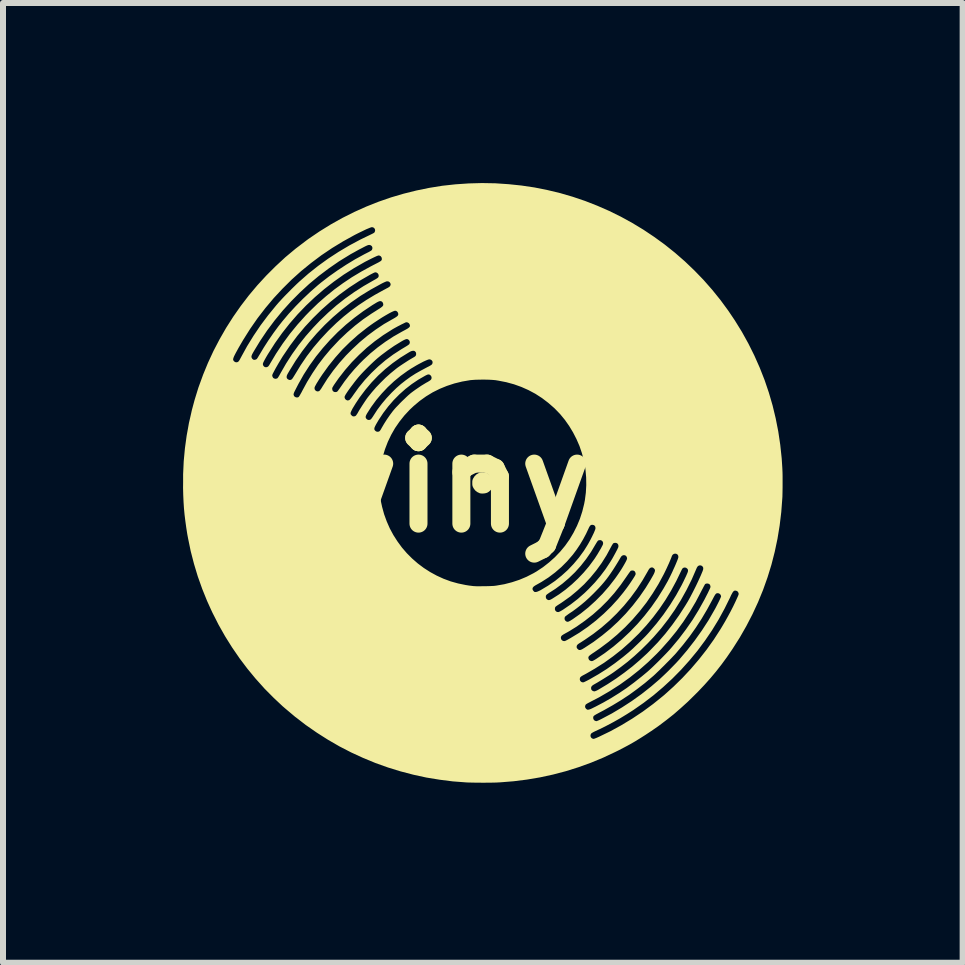
<source format=kicad_pcb>
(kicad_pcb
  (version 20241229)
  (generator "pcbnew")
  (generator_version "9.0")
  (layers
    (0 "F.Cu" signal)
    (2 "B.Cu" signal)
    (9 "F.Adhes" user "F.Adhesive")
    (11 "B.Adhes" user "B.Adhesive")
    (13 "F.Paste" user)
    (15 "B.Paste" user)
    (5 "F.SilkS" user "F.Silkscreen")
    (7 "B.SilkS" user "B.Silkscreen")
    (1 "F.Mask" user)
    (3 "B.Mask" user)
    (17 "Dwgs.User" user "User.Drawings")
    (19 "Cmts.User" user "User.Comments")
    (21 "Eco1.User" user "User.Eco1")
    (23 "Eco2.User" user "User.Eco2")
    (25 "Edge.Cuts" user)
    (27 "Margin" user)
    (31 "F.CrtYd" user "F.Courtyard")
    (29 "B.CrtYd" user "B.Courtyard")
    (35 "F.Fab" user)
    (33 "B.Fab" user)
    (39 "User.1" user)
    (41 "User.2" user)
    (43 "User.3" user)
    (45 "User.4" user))
  (footprint "vinyl"
    (layer "F.Cu")
    (at 4.994 4.996)
    (property "Reference" "vinyl" (at 0 0 0) (layer "F.SilkS") (effects (font (size 1.5 1.5) (thickness 0.3))))
    (attr board_only exclude_from_pos_files exclude_from_bom)
    (fp_poly (pts (xy 0.024 -0.174) (xy 0.042 -0.173) (xy 0.057 -0.169) (xy 0.073 -0.162) (xy 0.074 -0.162) (xy 0.106 -0.142) (xy 0.135 -0.114) (xy 0.157 -0.083) (xy 0.162 -0.074) (xy 0.168 -0.058) (xy 0.172 -0.044) (xy 0.174 -0.027) (xy 0.175 -0.006) (xy 0.175 0.003) (xy 0.175 0.025) (xy 0.174 0.042) (xy 0.171 0.055) (xy 0.165 0.068) (xy 0.158 0.082) (xy 0.134 0.117) (xy 0.102 0.146) (xy 0.074 0.163) (xy 0.052 0.17) (xy 0.026 0.175) (xy -0.003 0.177) (xy -0.03 0.176) (xy -0.051 0.172) (xy -0.053 0.171) (xy -0.093 0.152) (xy -0.126 0.126) (xy -0.151 0.093) (xy -0.162 0.073) (xy -0.169 0.057) (xy -0.173 0.042) (xy -0.175 0.024) (xy -0.175 0.00035) (xy -0.175 0) (xy -0.175 -0.023) (xy -0.173 -0.04) (xy -0.169 -0.055) (xy -0.163 -0.07) (xy -0.16 -0.075) (xy -0.137 -0.111) (xy -0.107 -0.141) (xy -0.075 -0.16) (xy -0.059 -0.168) (xy -0.045 -0.172) (xy -0.029 -0.174) (xy -0.008 -0.175) (xy 0 -0.175)) (stroke (width 0) (type solid)) (fill yes) (layer "F.SilkS"))
    (fp_poly (pts (xy 0.209 -4.992) (xy 0.432 -4.977) (xy 0.643 -4.955) (xy 0.86 -4.923) (xy 1.075 -4.88) (xy 1.288 -4.829) (xy 1.497 -4.768) (xy 1.704 -4.698) (xy 1.906 -4.619) (xy 2.105 -4.532) (xy 2.3 -4.436) (xy 2.491 -4.331) (xy 2.676 -4.219) (xy 2.857 -4.098) (xy 3.033 -3.97) (xy 3.203 -3.834) (xy 3.367 -3.691) (xy 3.525 -3.54) (xy 3.677 -3.383) (xy 3.822 -3.218) (xy 3.96 -3.047) (xy 4.09 -2.87) (xy 4.199 -2.708) (xy 4.317 -2.517) (xy 4.425 -2.322) (xy 4.524 -2.123) (xy 4.614 -1.92) (xy 4.695 -1.714) (xy 4.766 -1.505) (xy 4.828 -1.292) (xy 4.88 -1.076) (xy 4.923 -0.857) (xy 4.956 -0.635) (xy 4.98 -0.41) (xy 4.99 -0.258) (xy 4.992 -0.216) (xy 4.994 -0.166) (xy 4.995 -0.111) (xy 4.995 -0.052) (xy 4.995 0.01) (xy 4.995 0.07) (xy 4.994 0.129) (xy 4.993 0.183) (xy 4.992 0.231) (xy 4.99 0.26) (xy 4.973 0.486) (xy 4.946 0.71) (xy 4.91 0.93) (xy 4.864 1.148) (xy 4.809 1.363) (xy 4.744 1.574) (xy 4.67 1.782) (xy 4.586 1.987) (xy 4.493 2.188) (xy 4.391 2.385) (xy 4.28 2.579) (xy 4.159 2.769) (xy 4.152 2.779) (xy 4.065 2.906) (xy 3.977 3.026) (xy 3.887 3.141) (xy 3.794 3.252) (xy 3.695 3.363) (xy 3.59 3.474) (xy 3.532 3.532) (xy 3.415 3.647) (xy 3.298 3.753) (xy 3.182 3.854) (xy 3.062 3.949) (xy 2.939 4.042) (xy 2.809 4.133) (xy 2.804 4.136) (xy 2.712 4.197) (xy 2.624 4.253) (xy 2.538 4.306) (xy 2.451 4.356) (xy 2.36 4.405) (xy 2.264 4.455) (xy 2.209 4.482) (xy 2.007 4.577) (xy 1.802 4.662) (xy 1.594 4.737) (xy 1.384 4.803) (xy 1.171 4.859) (xy 0.954 4.906) (xy 0.735 4.943) (xy 0.512 4.971) (xy 0.287 4.989) (xy 0.263 4.99) (xy 0.231 4.992) (xy 0.19 4.993) (xy 0.143 4.994) (xy 0.092 4.994) (xy 0.037 4.995) (xy -0.019 4.995) (xy -0.075 4.994) (xy -0.128 4.994) (xy -0.178 4.993) (xy -0.222 4.992) (xy -0.259 4.991) (xy -0.275 4.99) (xy -0.499 4.973) (xy -0.72 4.945) (xy -0.94 4.909) (xy -1.156 4.862) (xy -1.37 4.806) (xy -1.581 4.741) (xy -1.788 4.667) (xy -1.992 4.583) (xy -2.192 4.491) (xy -2.388 4.39) (xy -2.58 4.279) (xy -2.681 4.215) (xy 1.794 4.215) (xy 1.799 4.234) (xy 1.811 4.25) (xy 1.829 4.261) (xy 1.847 4.265) (xy 1.855 4.263) (xy 1.871 4.257) (xy 1.892 4.249) (xy 1.917 4.238) (xy 1.937 4.229) (xy 2.125 4.138) (xy 2.309 4.037) (xy 2.489 3.928) (xy 2.666 3.81) (xy 2.837 3.684) (xy 3.002 3.551) (xy 3.027 3.53) (xy 3.178 3.394) (xy 3.325 3.25) (xy 3.466 3.099) (xy 3.601 2.941) (xy 3.729 2.778) (xy 3.849 2.61) (xy 3.96 2.438) (xy 3.993 2.383) (xy 4.039 2.305) (xy 4.084 2.224) (xy 4.129 2.141) (xy 4.171 2.059) (xy 4.209 1.98) (xy 4.24 1.912) (xy 4.251 1.887) (xy 4.258 1.87) (xy 4.262 1.858) (xy 4.263 1.848) (xy 4.262 1.84) (xy 4.26 1.833) (xy 4.25 1.813) (xy 4.232 1.8) (xy 4.211 1.794) (xy 4.206 1.794) (xy 4.195 1.795) (xy 4.185 1.8) (xy 4.174 1.809) (xy 4.163 1.824) (xy 4.151 1.845) (xy 4.136 1.873) (xy 4.12 1.909) (xy 4.028 2.095) (xy 3.928 2.278) (xy 3.819 2.456) (xy 3.702 2.628) (xy 3.577 2.796) (xy 3.444 2.957) (xy 3.304 3.113) (xy 3.157 3.262) (xy 3.003 3.404) (xy 2.844 3.539) (xy 2.678 3.666) (xy 2.506 3.786) (xy 2.404 3.851) (xy 2.291 3.92) (xy 2.176 3.985) (xy 2.061 4.046) (xy 1.948 4.102) (xy 1.877 4.135) (xy 1.848 4.149) (xy 1.825 4.162) (xy 1.81 4.172) (xy 1.806 4.176) (xy 1.796 4.195) (xy 1.794 4.215) (xy -2.681 4.215) (xy -2.767 4.16) (xy -2.95 4.033) (xy -3.109 3.91) (xy 1.839 3.91) (xy 1.842 3.932) (xy 1.852 3.95) (xy 1.868 3.963) (xy 1.889 3.969) (xy 1.892 3.97) (xy 1.901 3.967) (xy 1.916 3.962) (xy 1.936 3.953) (xy 1.961 3.941) (xy 1.979 3.932) (xy 2.149 3.842) (xy 2.317 3.742) (xy 2.483 3.634) (xy 2.645 3.518) (xy 2.802 3.394) (xy 2.947 3.27) (xy 2.979 3.24) (xy 3.016 3.205) (xy 3.057 3.166) (xy 3.1 3.124) (xy 3.142 3.081) (xy 3.183 3.039) (xy 3.221 3) (xy 3.253 2.965) (xy 3.27 2.947) (xy 3.404 2.789) (xy 3.531 2.626) (xy 3.65 2.459) (xy 3.761 2.288) (xy 3.856 2.123) (xy 3.878 2.084) (xy 3.898 2.045) (xy 3.917 2.008) (xy 3.934 1.974) (xy 3.948 1.945) (xy 3.959 1.92) (xy 3.967 1.902) (xy 3.97 1.892) (xy 3.97 1.891) (xy 3.965 1.87) (xy 3.953 1.853) (xy 3.935 1.841) (xy 3.915 1.837) (xy 3.904 1.838) (xy 3.895 1.84) (xy 3.886 1.846) (xy 3.877 1.855) (xy 3.867 1.87) (xy 3.855 1.89) (xy 3.84 1.918) (xy 3.825 1.947) (xy 3.737 2.109) (xy 3.646 2.263) (xy 3.55 2.411) (xy 3.448 2.555) (xy 3.338 2.696) (xy 3.224 2.832) (xy 3.202 2.857) (xy 3.173 2.887) (xy 3.14 2.922) (xy 3.103 2.96) (xy 3.063 3) (xy 3.023 3.041) (xy 2.982 3.081) (xy 2.943 3.12) (xy 2.906 3.155) (xy 2.873 3.187) (xy 2.845 3.213) (xy 2.832 3.224) (xy 2.702 3.334) (xy 2.571 3.435) (xy 2.439 3.531) (xy 2.302 3.621) (xy 2.16 3.707) (xy 2.011 3.791) (xy 1.948 3.824) (xy 1.913 3.843) (xy 1.885 3.858) (xy 1.866 3.87) (xy 1.853 3.879) (xy 1.846 3.886) (xy 1.844 3.888) (xy 1.839 3.91) (xy -3.109 3.91) (xy -3.127 3.897) (xy -3.299 3.752) (xy -3.322 3.732) (xy -3.334 3.722) (xy 1.704 3.722) (xy 1.706 3.741) (xy 1.718 3.76) (xy 1.721 3.763) (xy 1.73 3.771) (xy 1.739 3.777) (xy 1.749 3.779) (xy 1.762 3.778) (xy 1.778 3.774) (xy 1.8 3.766) (xy 1.827 3.753) (xy 1.861 3.736) (xy 1.87 3.732) (xy 2.007 3.66) (xy 2.14 3.584) (xy 2.268 3.504) (xy 2.395 3.419) (xy 2.52 3.326) (xy 2.647 3.226) (xy 2.742 3.147) (xy 2.769 3.123) (xy 2.802 3.093) (xy 2.839 3.058) (xy 2.879 3.019) (xy 2.921 2.978) (xy 2.963 2.936) (xy 3.005 2.893) (xy 3.044 2.853) (xy 3.081 2.814) (xy 3.113 2.78) (xy 3.139 2.75) (xy 3.141 2.748) (xy 3.268 2.596) (xy 3.385 2.441) (xy 3.495 2.282) (xy 3.596 2.118) (xy 3.691 1.948) (xy 3.733 1.866) (xy 3.752 1.829) (xy 3.766 1.799) (xy 3.777 1.776) (xy 3.785 1.759) (xy 3.79 1.746) (xy 3.793 1.736) (xy 3.793 1.729) (xy 3.793 1.722) (xy 3.793 1.722) (xy 3.786 1.699) (xy 3.772 1.684) (xy 3.752 1.677) (xy 3.74 1.676) (xy 3.719 1.678) (xy 3.706 1.685) (xy 3.7 1.692) (xy 3.692 1.707) (xy 3.68 1.728) (xy 3.667 1.754) (xy 3.651 1.783) (xy 3.64 1.805) (xy 3.548 1.981) (xy 3.448 2.15) (xy 3.342 2.312) (xy 3.227 2.47) (xy 3.103 2.622) (xy 2.971 2.771) (xy 2.899 2.846) (xy 2.755 2.986) (xy 2.605 3.118) (xy 2.448 3.243) (xy 2.285 3.36) (xy 2.115 3.469) (xy 1.94 3.571) (xy 1.805 3.641) (xy 1.773 3.658) (xy 1.75 3.67) (xy 1.733 3.68) (xy 1.721 3.688) (xy 1.714 3.695) (xy 1.711 3.699) (xy 1.704 3.722) (xy -3.334 3.722) (xy -3.483 3.582) (xy -3.638 3.426) (xy -3.65 3.412) (xy 1.804 3.412) (xy 1.806 3.434) (xy 1.808 3.442) (xy 1.819 3.457) (xy 1.836 3.468) (xy 1.855 3.473) (xy 1.864 3.473) (xy 1.875 3.469) (xy 1.893 3.462) (xy 1.913 3.452) (xy 1.926 3.445) (xy 2.079 3.353) (xy 2.223 3.259) (xy 2.359 3.161) (xy 2.49 3.06) (xy 2.615 2.953) (xy 2.737 2.841) (xy 2.784 2.794) (xy 2.916 2.657) (xy 3.041 2.513) (xy 3.158 2.363) (xy 3.27 2.206) (xy 3.376 2.041) (xy 3.413 1.98) (xy 3.433 1.945) (xy 3.455 1.905) (xy 3.478 1.861) (xy 3.502 1.815) (xy 3.526 1.767) (xy 3.55 1.719) (xy 3.573 1.671) (xy 3.595 1.624) (xy 3.615 1.58) (xy 3.633 1.54) (xy 3.648 1.504) (xy 3.661 1.473) (xy 3.669 1.45) (xy 3.673 1.434) (xy 3.673 1.433) (xy 3.672 1.411) (xy 3.663 1.394) (xy 3.648 1.381) (xy 3.63 1.374) (xy 3.61 1.374) (xy 3.591 1.382) (xy 3.586 1.385) (xy 3.576 1.397) (xy 3.566 1.413) (xy 3.56 1.427) (xy 3.481 1.609) (xy 3.394 1.784) (xy 3.3 1.953) (xy 3.199 2.115) (xy 3.09 2.271) (xy 2.973 2.422) (xy 2.848 2.566) (xy 2.749 2.671) (xy 2.638 2.781) (xy 2.527 2.883) (xy 2.416 2.978) (xy 2.301 3.067) (xy 2.183 3.153) (xy 2.139 3.183) (xy 2.107 3.204) (xy 2.07 3.227) (xy 2.03 3.252) (xy 1.99 3.277) (xy 1.95 3.301) (xy 1.914 3.323) (xy 1.881 3.342) (xy 1.855 3.357) (xy 1.854 3.357) (xy 1.828 3.374) (xy 1.811 3.392) (xy 1.804 3.412) (xy -3.65 3.412) (xy -3.773 3.275) (xy 1.616 3.275) (xy 1.622 3.295) (xy 1.635 3.311) (xy 1.653 3.321) (xy 1.674 3.323) (xy 1.685 3.32) (xy 1.702 3.312) (xy 1.725 3.301) (xy 1.752 3.287) (xy 1.777 3.274) (xy 1.925 3.189) (xy 2.066 3.1) (xy 2.202 3.004) (xy 2.336 2.901) (xy 2.434 2.82) (xy 2.465 2.792) (xy 2.501 2.76) (xy 2.54 2.722) (xy 2.582 2.682) (xy 2.624 2.641) (xy 2.665 2.6) (xy 2.704 2.561) (xy 2.738 2.525) (xy 2.766 2.494) (xy 2.893 2.345) (xy 3.011 2.192) (xy 3.12 2.034) (xy 3.221 1.871) (xy 3.313 1.704) (xy 3.347 1.636) (xy 3.368 1.591) (xy 3.386 1.554) (xy 3.399 1.524) (xy 3.409 1.501) (xy 3.416 1.482) (xy 3.419 1.467) (xy 3.419 1.455) (xy 3.417 1.445) (xy 3.413 1.437) (xy 3.407 1.429) (xy 3.389 1.415) (xy 3.368 1.409) (xy 3.345 1.413) (xy 3.342 1.415) (xy 3.332 1.421) (xy 3.324 1.43) (xy 3.316 1.444) (xy 3.306 1.464) (xy 3.224 1.634) (xy 3.137 1.795) (xy 3.044 1.949) (xy 2.944 2.097) (xy 2.838 2.238) (xy 2.725 2.374) (xy 2.604 2.506) (xy 2.589 2.521) (xy 2.455 2.651) (xy 2.316 2.775) (xy 2.17 2.89) (xy 2.021 2.997) (xy 1.866 3.095) (xy 1.728 3.175) (xy 1.695 3.193) (xy 1.67 3.206) (xy 1.651 3.217) (xy 1.638 3.226) (xy 1.63 3.233) (xy 1.624 3.24) (xy 1.62 3.247) (xy 1.618 3.254) (xy 1.616 3.275) (xy -3.773 3.275) (xy -3.785 3.262) (xy -3.924 3.093) (xy -4.056 2.918) (xy -4.063 2.907) (xy 1.759 2.907) (xy 1.759 2.918) (xy 1.761 2.926) (xy 1.769 2.946) (xy 1.784 2.96) (xy 1.804 2.968) (xy 1.813 2.969) (xy 1.824 2.968) (xy 1.837 2.963) (xy 1.854 2.954) (xy 1.877 2.94) (xy 1.883 2.937) (xy 2.032 2.836) (xy 2.176 2.727) (xy 2.314 2.61) (xy 2.447 2.485) (xy 2.574 2.353) (xy 2.694 2.214) (xy 2.807 2.069) (xy 2.913 1.917) (xy 3.011 1.76) (xy 3.08 1.639) (xy 3.098 1.604) (xy 3.118 1.565) (xy 3.138 1.524) (xy 3.158 1.482) (xy 3.177 1.439) (xy 3.196 1.398) (xy 3.213 1.359) (xy 3.228 1.323) (xy 3.241 1.291) (xy 3.251 1.265) (xy 3.257 1.245) (xy 3.259 1.233) (xy 3.259 1.233) (xy 3.255 1.21) (xy 3.243 1.192) (xy 3.224 1.181) (xy 3.203 1.178) (xy 3.183 1.183) (xy 3.165 1.195) (xy 3.152 1.214) (xy 3.149 1.222) (xy 3.142 1.242) (xy 3.131 1.269) (xy 3.117 1.302) (xy 3.101 1.34) (xy 3.083 1.379) (xy 3.064 1.421) (xy 3.045 1.461) (xy 3.026 1.5) (xy 3.014 1.524) (xy 2.927 1.685) (xy 2.831 1.841) (xy 2.728 1.992) (xy 2.616 2.136) (xy 2.497 2.274) (xy 2.371 2.405) (xy 2.237 2.53) (xy 2.096 2.648) (xy 1.949 2.758) (xy 1.856 2.822) (xy 1.824 2.843) (xy 1.799 2.861) (xy 1.781 2.875) (xy 1.769 2.886) (xy 1.762 2.897) (xy 1.759 2.907) (xy -4.063 2.907) (xy -4.18 2.737) (xy -4.181 2.735) (xy 1.563 2.735) (xy 1.567 2.75) (xy 1.579 2.766) (xy 1.58 2.767) (xy 1.593 2.778) (xy 1.606 2.784) (xy 1.62 2.784) (xy 1.637 2.78) (xy 1.658 2.77) (xy 1.686 2.753) (xy 1.693 2.749) (xy 1.844 2.65) (xy 1.988 2.542) (xy 2.127 2.428) (xy 2.258 2.306) (xy 2.383 2.177) (xy 2.5 2.041) (xy 2.61 1.899) (xy 2.712 1.751) (xy 2.791 1.622) (xy 2.815 1.58) (xy 2.835 1.545) (xy 2.85 1.517) (xy 2.86 1.494) (xy 2.866 1.476) (xy 2.869 1.462) (xy 2.868 1.45) (xy 2.864 1.44) (xy 2.857 1.43) (xy 2.852 1.425) (xy 2.837 1.413) (xy 2.822 1.408) (xy 2.819 1.408) (xy 2.803 1.41) (xy 2.79 1.416) (xy 2.777 1.427) (xy 2.764 1.445) (xy 2.75 1.47) (xy 2.749 1.472) (xy 2.661 1.624) (xy 2.566 1.77) (xy 2.463 1.911) (xy 2.352 2.046) (xy 2.234 2.174) (xy 2.109 2.296) (xy 1.978 2.41) (xy 1.841 2.516) (xy 1.727 2.595) (xy 1.699 2.614) (xy 1.671 2.632) (xy 1.645 2.649) (xy 1.623 2.663) (xy 1.611 2.67) (xy 1.589 2.685) (xy 1.575 2.698) (xy 1.567 2.711) (xy 1.564 2.726) (xy 1.563 2.735) (xy -4.181 2.735) (xy -4.277 2.582) (xy 1.301 2.582) (xy 1.305 2.603) (xy 1.317 2.62) (xy 1.335 2.632) (xy 1.356 2.636) (xy 1.37 2.633) (xy 1.379 2.63) (xy 1.395 2.622) (xy 1.416 2.611) (xy 1.44 2.597) (xy 1.46 2.586) (xy 1.609 2.496) (xy 1.751 2.398) (xy 1.887 2.292) (xy 2.016 2.179) (xy 2.138 2.06) (xy 2.253 1.934) (xy 2.343 1.824) (xy 2.37 1.788) (xy 2.398 1.751) (xy 2.426 1.712) (xy 2.452 1.675) (xy 2.476 1.639) (xy 2.498 1.606) (xy 2.517 1.576) (xy 2.532 1.552) (xy 2.542 1.533) (xy 2.546 1.522) (xy 2.546 1.505) (xy 2.539 1.486) (xy 2.528 1.47) (xy 2.523 1.467) (xy 2.507 1.46) (xy 2.487 1.459) (xy 2.469 1.463) (xy 2.465 1.465) (xy 2.459 1.471) (xy 2.449 1.484) (xy 2.435 1.503) (xy 2.419 1.526) (xy 2.401 1.552) (xy 2.395 1.561) (xy 2.296 1.702) (xy 2.191 1.836) (xy 2.079 1.962) (xy 1.96 2.081) (xy 1.834 2.193) (xy 1.701 2.297) (xy 1.562 2.395) (xy 1.478 2.447) (xy 1.451 2.464) (xy 1.422 2.481) (xy 1.393 2.497) (xy 1.373 2.508) (xy 1.345 2.524) (xy 1.325 2.537) (xy 1.312 2.548) (xy 1.305 2.56) (xy 1.301 2.573) (xy 1.301 2.582) (xy -4.277 2.582) (xy -4.296 2.551) (xy -4.404 2.36) (xy -4.458 2.253) (xy 1.362 2.253) (xy 1.364 2.275) (xy 1.374 2.294) (xy 1.39 2.307) (xy 1.401 2.312) (xy 1.412 2.314) (xy 1.425 2.312) (xy 1.441 2.305) (xy 1.461 2.294) (xy 1.488 2.277) (xy 1.499 2.27) (xy 1.632 2.176) (xy 1.759 2.074) (xy 1.88 1.964) (xy 1.995 1.848) (xy 2.103 1.724) (xy 2.203 1.595) (xy 2.232 1.554) (xy 2.259 1.515) (xy 2.286 1.475) (xy 2.311 1.436) (xy 2.334 1.398) (xy 2.355 1.362) (xy 2.373 1.33) (xy 2.388 1.302) (xy 2.398 1.28) (xy 2.403 1.265) (xy 2.404 1.26) (xy 2.4 1.237) (xy 2.389 1.219) (xy 2.378 1.21) (xy 2.355 1.203) (xy 2.334 1.206) (xy 2.314 1.218) (xy 2.301 1.234) (xy 2.255 1.312) (xy 2.212 1.382) (xy 2.172 1.445) (xy 2.133 1.503) (xy 2.096 1.556) (xy 2.058 1.607) (xy 2.019 1.655) (xy 1.978 1.703) (xy 1.934 1.751) (xy 1.886 1.801) (xy 1.844 1.844) (xy 1.773 1.913) (xy 1.705 1.975) (xy 1.637 2.032) (xy 1.568 2.086) (xy 1.495 2.14) (xy 1.437 2.178) (xy 1.415 2.194) (xy 1.395 2.209) (xy 1.379 2.221) (xy 1.37 2.23) (xy 1.368 2.232) (xy 1.362 2.253) (xy -4.458 2.253) (xy -4.503 2.165) (xy -4.531 2.105) (xy 1.201 2.105) (xy 1.207 2.124) (xy 1.22 2.14) (xy 1.238 2.15) (xy 1.259 2.152) (xy 1.272 2.148) (xy 1.293 2.138) (xy 1.321 2.122) (xy 1.343 2.108) (xy 1.464 2.025) (xy 1.583 1.933) (xy 1.697 1.833) (xy 1.766 1.766) (xy 1.867 1.66) (xy 1.959 1.551) (xy 2.045 1.437) (xy 2.124 1.317) (xy 2.146 1.281) (xy 2.161 1.256) (xy 2.177 1.227) (xy 2.194 1.196) (xy 2.211 1.165) (xy 2.226 1.136) (xy 2.24 1.11) (xy 2.25 1.088) (xy 2.257 1.073) (xy 2.259 1.067) (xy 2.26 1.045) (xy 2.254 1.024) (xy 2.24 1.008) (xy 2.238 1.006) (xy 2.222 1) (xy 2.203 0.998) (xy 2.184 1.002) (xy 2.175 1.006) (xy 2.168 1.013) (xy 2.159 1.028) (xy 2.147 1.047) (xy 2.136 1.069) (xy 2.135 1.07) (xy 2.062 1.205) (xy 1.981 1.334) (xy 1.891 1.458) (xy 1.794 1.576) (xy 1.69 1.688) (xy 1.578 1.792) (xy 1.461 1.89) (xy 1.336 1.979) (xy 1.301 2.003) (xy 1.271 2.022) (xy 1.248 2.037) (xy 1.232 2.048) (xy 1.22 2.057) (xy 1.213 2.063) (xy 1.208 2.068) (xy 1.206 2.074) (xy 1.204 2.08) (xy 1.203 2.083) (xy 1.201 2.105) (xy -4.531 2.105) (xy -4.594 1.966) (xy -4.625 1.889) (xy 1.05 1.889) (xy 1.051 1.912) (xy 1.06 1.932) (xy 1.074 1.944) (xy 1.088 1.95) (xy 1.1 1.953) (xy 1.115 1.95) (xy 1.133 1.943) (xy 1.156 1.93) (xy 1.161 1.927) (xy 1.272 1.856) (xy 1.38 1.777) (xy 1.485 1.689) (xy 1.585 1.595) (xy 1.68 1.495) (xy 1.769 1.39) (xy 1.849 1.282) (xy 1.868 1.255) (xy 1.889 1.222) (xy 1.911 1.188) (xy 1.931 1.154) (xy 1.951 1.12) (xy 1.969 1.09) (xy 1.983 1.062) (xy 1.995 1.04) (xy 2.002 1.023) (xy 2.004 1.016) (xy 2.004 0.995) (xy 1.999 0.98) (xy 1.989 0.968) (xy 1.976 0.958) (xy 1.962 0.953) (xy 1.953 0.953) (xy 1.936 0.955) (xy 1.923 0.959) (xy 1.92 0.961) (xy 1.914 0.968) (xy 1.904 0.982) (xy 1.892 1.001) (xy 1.879 1.023) (xy 1.878 1.024) (xy 1.804 1.149) (xy 1.722 1.268) (xy 1.633 1.381) (xy 1.537 1.488) (xy 1.434 1.587) (xy 1.325 1.68) (xy 1.211 1.764) (xy 1.138 1.811) (xy 1.109 1.829) (xy 1.088 1.844) (xy 1.072 1.855) (xy 1.062 1.864) (xy 1.056 1.872) (xy 1.052 1.88) (xy 1.05 1.889) (xy 1.05 1.889) (xy -4.625 1.889) (xy -4.676 1.763) (xy -4.676 1.762) (xy 0.828 1.762) (xy 0.831 1.781) (xy 0.844 1.8) (xy 0.846 1.802) (xy 0.857 1.813) (xy 0.867 1.818) (xy 0.879 1.818) (xy 0.887 1.817) (xy 0.903 1.814) (xy 0.925 1.805) (xy 0.953 1.792) (xy 0.968 1.784) (xy 1.088 1.712) (xy 1.204 1.633) (xy 1.313 1.545) (xy 1.417 1.451) (xy 1.513 1.35) (xy 1.602 1.244) (xy 1.684 1.132) (xy 1.738 1.046) (xy 1.758 1.012) (xy 1.778 0.976) (xy 1.798 0.939) (xy 1.817 0.901) (xy 1.834 0.866) (xy 1.85 0.833) (xy 1.862 0.804) (xy 1.871 0.781) (xy 1.877 0.764) (xy 1.877 0.76) (xy 1.876 0.735) (xy 1.867 0.716) (xy 1.85 0.703) (xy 1.827 0.698) (xy 1.822 0.698) (xy 1.806 0.7) (xy 1.793 0.708) (xy 1.781 0.723) (xy 1.768 0.746) (xy 1.761 0.762) (xy 1.72 0.849) (xy 1.672 0.939) (xy 1.619 1.028) (xy 1.562 1.113) (xy 1.504 1.191) (xy 1.496 1.201) (xy 1.405 1.306) (xy 1.308 1.403) (xy 1.205 1.492) (xy 1.095 1.575) (xy 0.978 1.65) (xy 0.875 1.708) (xy 0.85 1.725) (xy 0.834 1.743) (xy 0.828 1.762) (xy -4.676 1.762) (xy -4.749 1.557) (xy -4.812 1.348) (xy -4.867 1.135) (xy -4.911 0.921) (xy -4.923 0.858) (xy -4.941 0.743) (xy -4.956 0.634) (xy -4.969 0.528) (xy -4.979 0.423) (xy -4.986 0.315) (xy -4.991 0.202) (xy -4.994 0.083) (xy -4.994 0.075) (xy -4.993 -0.012) (xy -1.721 -0.012) (xy -1.721 0.033) (xy -1.72 0.076) (xy -1.719 0.117) (xy -1.718 0.152) (xy -1.716 0.18) (xy -1.715 0.193) (xy -1.705 0.257) (xy -1.696 0.315) (xy -1.684 0.37) (xy -1.678 0.398) (xy -1.644 0.522) (xy -1.6 0.643) (xy -1.549 0.759) (xy -1.489 0.87) (xy -1.421 0.976) (xy -1.347 1.077) (xy -1.265 1.172) (xy -1.177 1.26) (xy -1.083 1.342) (xy -0.983 1.417) (xy -0.877 1.485) (xy -0.767 1.545) (xy -0.653 1.597) (xy -0.534 1.641) (xy -0.412 1.675) (xy -0.286 1.701) (xy -0.223 1.711) (xy -0.196 1.714) (xy -0.174 1.717) (xy -0.155 1.719) (xy -0.137 1.72) (xy -0.118 1.721) (xy -0.098 1.722) (xy -0.073 1.722) (xy -0.043 1.722) (xy -0.006 1.721) (xy 0.025 1.721) (xy 0.088 1.72) (xy 0.141 1.718) (xy 0.184 1.716) (xy 0.218 1.712) (xy 0.225 1.711) (xy 0.358 1.688) (xy 0.486 1.655) (xy 0.61 1.614) (xy 0.729 1.564) (xy 0.844 1.505) (xy 0.894 1.476) (xy 1.003 1.404) (xy 1.105 1.324) (xy 1.201 1.238) (xy 1.29 1.145) (xy 1.372 1.046) (xy 1.446 0.941) (xy 1.511 0.831) (xy 1.569 0.716) (xy 1.618 0.598) (xy 1.658 0.475) (xy 1.689 0.349) (xy 1.701 0.286) (xy 1.717 0.162) (xy 1.724 0.036) (xy 1.722 -0.092) (xy 1.711 -0.219) (xy 1.706 -0.258) (xy 1.683 -0.378) (xy 1.651 -0.497) (xy 1.611 -0.615) (xy 1.561 -0.73) (xy 1.504 -0.841) (xy 1.439 -0.949) (xy 1.367 -1.051) (xy 1.289 -1.146) (xy 1.204 -1.234) (xy 1.192 -1.246) (xy 1.091 -1.334) (xy 0.986 -1.414) (xy 0.876 -1.485) (xy 0.762 -1.546) (xy 0.643 -1.599) (xy 0.52 -1.643) (xy 0.392 -1.678) (xy 0.259 -1.704) (xy 0.21 -1.712) (xy 0.176 -1.715) (xy 0.134 -1.718) (xy 0.086 -1.72) (xy 0.035 -1.721) (xy -0.018 -1.721) (xy -0.07 -1.72) (xy -0.119 -1.719) (xy -0.163 -1.716) (xy -0.2 -1.713) (xy -0.21 -1.712) (xy -0.344 -1.689) (xy -0.474 -1.657) (xy -0.599 -1.616) (xy -0.719 -1.567) (xy -0.835 -1.509) (xy -0.945 -1.442) (xy -1.051 -1.366) (xy -1.151 -1.282) (xy -1.216 -1.221) (xy -1.307 -1.123) (xy -1.388 -1.021) (xy -1.462 -0.914) (xy -1.526 -0.802) (xy -1.582 -0.685) (xy -1.629 -0.563) (xy -1.667 -0.437) (xy -1.697 -0.307) (xy -1.714 -0.193) (xy -1.717 -0.169) (xy -1.718 -0.137) (xy -1.72 -0.099) (xy -1.72 -0.057) (xy -1.721 -0.012) (xy -4.993 -0.012) (xy -4.993 -0.145) (xy -4.983 -0.362) (xy -4.963 -0.576) (xy -4.934 -0.788) (xy -4.912 -0.908) (xy -1.807 -0.908) (xy -1.807 -0.895) (xy -1.803 -0.883) (xy -1.796 -0.873) (xy -1.778 -0.858) (xy -1.757 -0.852) (xy -1.736 -0.854) (xy -1.72 -0.862) (xy -1.713 -0.87) (xy -1.703 -0.884) (xy -1.692 -0.903) (xy -1.685 -0.916) (xy -1.644 -0.986) (xy -1.597 -1.06) (xy -1.547 -1.132) (xy -1.496 -1.2) (xy -1.489 -1.208) (xy -1.47 -1.231) (xy -1.444 -1.26) (xy -1.413 -1.292) (xy -1.38 -1.327) (xy -1.345 -1.362) (xy -1.309 -1.396) (xy -1.275 -1.429) (xy -1.244 -1.458) (xy -1.216 -1.482) (xy -1.201 -1.495) (xy -1.164 -1.523) (xy -1.121 -1.554) (xy -1.074 -1.586) (xy -1.027 -1.618) (xy -0.981 -1.646) (xy -0.94 -1.671) (xy -0.926 -1.678) (xy -0.899 -1.694) (xy -0.879 -1.707) (xy -0.865 -1.719) (xy -0.858 -1.73) (xy -0.854 -1.742) (xy -0.853 -1.755) (xy -0.858 -1.775) (xy -0.87 -1.792) (xy -0.887 -1.804) (xy -0.896 -1.807) (xy -0.906 -1.807) (xy -0.916 -1.806) (xy -0.93 -1.801) (xy -0.948 -1.792) (xy -0.96 -1.786) (xy -1.073 -1.721) (xy -1.183 -1.647) (xy -1.289 -1.565) (xy -1.39 -1.475) (xy -1.486 -1.378) (xy -1.575 -1.275) (xy -1.658 -1.166) (xy -1.734 -1.051) (xy -1.778 -0.976) (xy -1.793 -0.947) (xy -1.803 -0.925) (xy -1.807 -0.908) (xy -4.912 -0.908) (xy -4.896 -0.999) (xy -4.873 -1.098) (xy -1.952 -1.098) (xy -1.95 -1.086) (xy -1.944 -1.074) (xy -1.944 -1.074) (xy -1.929 -1.058) (xy -1.909 -1.049) (xy -1.889 -1.049) (xy -1.869 -1.057) (xy -1.865 -1.06) (xy -1.857 -1.069) (xy -1.845 -1.085) (xy -1.831 -1.105) (xy -1.819 -1.124) (xy -1.757 -1.22) (xy -1.685 -1.316) (xy -1.606 -1.41) (xy -1.52 -1.502) (xy -1.516 -1.506) (xy -1.439 -1.581) (xy -1.363 -1.648) (xy -1.285 -1.709) (xy -1.205 -1.767) (xy -1.121 -1.821) (xy -1.029 -1.873) (xy -0.958 -1.911) (xy -0.924 -1.929) (xy -0.898 -1.942) (xy -0.878 -1.953) (xy -0.864 -1.962) (xy -0.854 -1.969) (xy -0.848 -1.975) (xy -0.844 -1.981) (xy -0.841 -1.985) (xy -0.836 -2.006) (xy -0.839 -2.026) (xy -0.85 -2.042) (xy -0.867 -2.054) (xy -0.889 -2.059) (xy -0.891 -2.059) (xy -0.906 -2.056) (xy -0.928 -2.048) (xy -0.956 -2.036) (xy -0.989 -2.021) (xy -1.027 -2.001) (xy -1.067 -1.98) (xy -1.11 -1.956) (xy -1.153 -1.93) (xy -1.197 -1.904) (xy -1.239 -1.876) (xy -1.252 -1.868) (xy -1.367 -1.785) (xy -1.478 -1.694) (xy -1.583 -1.596) (xy -1.682 -1.491) (xy -1.775 -1.381) (xy -1.859 -1.266) (xy -1.913 -1.182) (xy -1.931 -1.153) (xy -1.943 -1.13) (xy -1.95 -1.112) (xy -1.952 -1.098) (xy -4.873 -1.098) (xy -4.861 -1.151) (xy -2.203 -1.151) (xy -2.2 -1.141) (xy -2.192 -1.131) (xy -2.187 -1.126) (xy -2.174 -1.114) (xy -2.162 -1.109) (xy -2.15 -1.108) (xy -2.13 -1.111) (xy -2.118 -1.118) (xy -2.11 -1.126) (xy -2.1 -1.141) (xy -2.087 -1.16) (xy -2.075 -1.182) (xy -2.057 -1.213) (xy -2.034 -1.249) (xy -2.009 -1.289) (xy -1.982 -1.33) (xy -1.956 -1.369) (xy -1.932 -1.404) (xy -1.913 -1.43) (xy -1.848 -1.511) (xy -1.777 -1.593) (xy -1.699 -1.674) (xy -1.619 -1.753) (xy -1.537 -1.826) (xy -1.455 -1.893) (xy -1.43 -1.913) (xy -1.401 -1.934) (xy -1.366 -1.958) (xy -1.327 -1.984) (xy -1.287 -2.01) (xy -1.247 -2.036) (xy -1.211 -2.058) (xy -1.182 -2.075) (xy -1.156 -2.09) (xy -1.136 -2.102) (xy -1.124 -2.112) (xy -1.116 -2.122) (xy -1.112 -2.132) (xy -1.111 -2.144) (xy -1.111 -2.149) (xy -1.112 -2.166) (xy -1.117 -2.178) (xy -1.125 -2.187) (xy -1.136 -2.197) (xy -1.149 -2.201) (xy -1.162 -2.201) (xy -1.174 -2.2) (xy -1.186 -2.197) (xy -1.2 -2.192) (xy -1.219 -2.182) (xy -1.241 -2.169) (xy -1.375 -2.086) (xy -1.504 -1.994) (xy -1.627 -1.895) (xy -1.744 -1.788) (xy -1.853 -1.674) (xy -1.955 -1.553) (xy -2.05 -1.427) (xy -2.086 -1.373) (xy -2.121 -1.32) (xy -2.149 -1.274) (xy -2.172 -1.236) (xy -2.188 -1.204) (xy -2.199 -1.18) (xy -2.203 -1.165) (xy -2.203 -1.151) (xy -4.861 -1.151) (xy -4.848 -1.21) (xy -4.803 -1.378) (xy -4.773 -1.476) (xy -3.153 -1.476) (xy -3.152 -1.468) (xy -3.145 -1.448) (xy -3.13 -1.434) (xy -3.111 -1.425) (xy -3.089 -1.424) (xy -3.072 -1.429) (xy -3.066 -1.434) (xy -3.063 -1.438) (xy -2.302 -1.438) (xy -2.302 -1.418) (xy -2.293 -1.398) (xy -2.277 -1.383) (xy -2.277 -1.383) (xy -2.257 -1.374) (xy -2.237 -1.376) (xy -2.224 -1.381) (xy -2.215 -1.389) (xy -2.201 -1.405) (xy -2.183 -1.428) (xy -2.161 -1.459) (xy -2.158 -1.464) (xy -2.066 -1.592) (xy -1.965 -1.715) (xy -1.857 -1.831) (xy -1.742 -1.941) (xy -1.621 -2.044) (xy -1.493 -2.139) (xy -1.359 -2.226) (xy -1.292 -2.266) (xy -1.269 -2.28) (xy -1.249 -2.293) (xy -1.234 -2.304) (xy -1.225 -2.312) (xy -1.224 -2.313) (xy -1.216 -2.334) (xy -1.217 -2.355) (xy -1.227 -2.375) (xy -1.232 -2.38) (xy -1.243 -2.39) (xy -1.254 -2.395) (xy -1.267 -2.397) (xy -1.282 -2.394) (xy -1.302 -2.386) (xy -1.327 -2.374) (xy -1.358 -2.356) (xy -1.366 -2.351) (xy -1.477 -2.283) (xy -1.584 -2.209) (xy -1.691 -2.129) (xy -1.756 -2.076) (xy -1.788 -2.048) (xy -1.824 -2.015) (xy -1.864 -1.977) (xy -1.905 -1.937) (xy -1.947 -1.895) (xy -1.987 -1.854) (xy -2.024 -1.815) (xy -2.056 -1.779) (xy -2.076 -1.756) (xy -2.107 -1.718) (xy -2.137 -1.68) (xy -2.167 -1.64) (xy -2.196 -1.602) (xy -2.223 -1.565) (xy -2.247 -1.531) (xy -2.267 -1.501) (xy -2.284 -1.475) (xy -2.295 -1.454) (xy -2.302 -1.44) (xy -2.302 -1.438) (xy -3.063 -1.438) (xy -3.059 -1.444) (xy -3.049 -1.459) (xy -3.036 -1.482) (xy -3.019 -1.512) (xy -3.01 -1.53) (xy -2.984 -1.578) (xy -2.804 -1.578) (xy -2.8 -1.557) (xy -2.788 -1.54) (xy -2.772 -1.529) (xy -2.752 -1.524) (xy -2.731 -1.528) (xy -2.724 -1.532) (xy -2.716 -1.54) (xy -2.704 -1.555) (xy -2.697 -1.565) (xy -2.509 -1.565) (xy -2.505 -1.543) (xy -2.493 -1.526) (xy -2.475 -1.516) (xy -2.459 -1.513) (xy -2.443 -1.515) (xy -2.431 -1.518) (xy -2.429 -1.519) (xy -2.422 -1.525) (xy -2.412 -1.537) (xy -2.399 -1.555) (xy -2.384 -1.575) (xy -2.383 -1.577) (xy -2.305 -1.689) (xy -2.225 -1.793) (xy -2.14 -1.893) (xy -2.05 -1.99) (xy -1.991 -2.049) (xy -1.873 -2.158) (xy -1.751 -2.258) (xy -1.624 -2.351) (xy -1.491 -2.438) (xy -1.351 -2.518) (xy -1.31 -2.54) (xy -1.275 -2.559) (xy -1.249 -2.574) (xy -1.231 -2.588) (xy -1.219 -2.6) (xy -1.214 -2.613) (xy -1.214 -2.626) (xy -1.219 -2.641) (xy -1.221 -2.647) (xy -1.233 -2.662) (xy -1.251 -2.673) (xy -1.27 -2.677) (xy -1.278 -2.677) (xy -1.288 -2.673) (xy -1.305 -2.665) (xy -1.327 -2.654) (xy -1.354 -2.641) (xy -1.384 -2.625) (xy -1.416 -2.609) (xy -1.447 -2.592) (xy -1.476 -2.576) (xy -1.502 -2.561) (xy -1.513 -2.554) (xy -1.66 -2.461) (xy -1.8 -2.36) (xy -1.934 -2.251) (xy -2.061 -2.134) (xy -2.182 -2.011) (xy -2.295 -1.881) (xy -2.401 -1.745) (xy -2.466 -1.652) (xy -2.483 -1.627) (xy -2.494 -1.608) (xy -2.502 -1.595) (xy -2.507 -1.584) (xy -2.509 -1.574) (xy -2.509 -1.565) (xy -2.697 -1.565) (xy -2.689 -1.576) (xy -2.676 -1.598) (xy -2.589 -1.736) (xy -2.494 -1.869) (xy -2.391 -1.998) (xy -2.279 -2.124) (xy -2.178 -2.226) (xy -2.051 -2.345) (xy -1.919 -2.455) (xy -1.784 -2.555) (xy -1.646 -2.647) (xy -1.517 -2.721) (xy -1.483 -2.74) (xy -1.456 -2.756) (xy -1.437 -2.769) (xy -1.423 -2.78) (xy -1.415 -2.79) (xy -1.41 -2.801) (xy -1.408 -2.812) (xy -1.408 -2.814) (xy -1.413 -2.835) (xy -1.424 -2.852) (xy -1.441 -2.865) (xy -1.46 -2.869) (xy -1.46 -2.869) (xy -1.474 -2.866) (xy -1.495 -2.858) (xy -1.523 -2.845) (xy -1.556 -2.828) (xy -1.593 -2.807) (xy -1.634 -2.783) (xy -1.679 -2.756) (xy -1.724 -2.727) (xy -1.771 -2.696) (xy -1.818 -2.665) (xy -1.865 -2.632) (xy -1.909 -2.6) (xy -1.937 -2.579) (xy -2.079 -2.467) (xy -2.213 -2.347) (xy -2.34 -2.222) (xy -2.458 -2.089) (xy -2.57 -1.95) (xy -2.675 -1.804) (xy -2.697 -1.771) (xy -2.727 -1.725) (xy -2.751 -1.686) (xy -2.771 -1.654) (xy -2.785 -1.628) (xy -2.796 -1.608) (xy -2.802 -1.592) (xy -2.804 -1.58) (xy -2.804 -1.578) (xy -2.984 -1.578) (xy -2.927 -1.683) (xy -2.838 -1.828) (xy -2.745 -1.967) (xy -2.644 -2.099) (xy -2.537 -2.227) (xy -2.421 -2.351) (xy -2.387 -2.387) (xy -2.259 -2.508) (xy -2.128 -2.621) (xy -1.994 -2.725) (xy -1.855 -2.82) (xy -1.784 -2.865) (xy -1.748 -2.888) (xy -1.719 -2.906) (xy -1.697 -2.921) (xy -1.68 -2.934) (xy -1.67 -2.944) (xy -1.663 -2.953) (xy -1.659 -2.962) (xy -1.658 -2.971) (xy -1.658 -2.971) (xy -1.662 -2.995) (xy -1.673 -3.014) (xy -1.684 -3.022) (xy -1.694 -3.027) (xy -1.704 -3.029) (xy -1.714 -3.029) (xy -1.727 -3.026) (xy -1.743 -3.019) (xy -1.763 -3.009) (xy -1.788 -2.994) (xy -1.821 -2.974) (xy -1.839 -2.963) (xy -1.992 -2.861) (xy -2.139 -2.752) (xy -2.281 -2.636) (xy -2.416 -2.513) (xy -2.544 -2.383) (xy -2.665 -2.247) (xy -2.779 -2.106) (xy -2.885 -1.959) (xy -2.983 -1.807) (xy -3.071 -1.651) (xy -3.115 -1.566) (xy -3.13 -1.536) (xy -3.141 -1.514) (xy -3.148 -1.497) (xy -3.151 -1.485) (xy -3.153 -1.476) (xy -4.773 -1.476) (xy -4.738 -1.589) (xy -4.664 -1.792) (xy -3.508 -1.792) (xy -3.508 -1.784) (xy -3.505 -1.774) (xy -3.495 -1.753) (xy -3.478 -1.74) (xy -3.456 -1.735) (xy -3.448 -1.735) (xy -3.433 -1.739) (xy -3.42 -1.745) (xy -3.419 -1.746) (xy -3.414 -1.754) (xy -3.408 -1.762) (xy -3.269 -1.762) (xy -3.263 -1.742) (xy -3.247 -1.726) (xy -3.243 -1.724) (xy -3.222 -1.715) (xy -3.203 -1.716) (xy -3.187 -1.723) (xy -3.177 -1.732) (xy -3.164 -1.75) (xy -3.147 -1.777) (xy -3.129 -1.806) (xy -3.034 -1.962) (xy -2.932 -2.112) (xy -2.822 -2.256) (xy -2.704 -2.395) (xy -2.577 -2.531) (xy -2.554 -2.554) (xy -2.438 -2.666) (xy -2.319 -2.771) (xy -2.197 -2.869) (xy -2.071 -2.961) (xy -1.938 -3.049) (xy -1.799 -3.133) (xy -1.651 -3.215) (xy -1.631 -3.225) (xy -1.602 -3.241) (xy -1.58 -3.252) (xy -1.565 -3.262) (xy -1.555 -3.269) (xy -1.548 -3.276) (xy -1.543 -3.283) (xy -1.542 -3.286) (xy -1.536 -3.3) (xy -1.536 -3.312) (xy -1.538 -3.322) (xy -1.55 -3.342) (xy -1.567 -3.355) (xy -1.59 -3.359) (xy -1.59 -3.359) (xy -1.6 -3.359) (xy -1.611 -3.355) (xy -1.627 -3.349) (xy -1.647 -3.34) (xy -1.674 -3.327) (xy -1.706 -3.31) (xy -1.876 -3.216) (xy -2.04 -3.115) (xy -2.198 -3.005) (xy -2.35 -2.887) (xy -2.496 -2.762) (xy -2.635 -2.63) (xy -2.767 -2.491) (xy -2.892 -2.346) (xy -3.009 -2.194) (xy -3.119 -2.035) (xy -3.22 -1.871) (xy -3.254 -1.813) (xy -3.266 -1.785) (xy -3.269 -1.762) (xy -3.408 -1.762) (xy -3.404 -1.768) (xy -3.392 -1.788) (xy -3.379 -1.811) (xy -3.371 -1.826) (xy -3.277 -1.99) (xy -3.176 -2.147) (xy -3.068 -2.298) (xy -2.952 -2.444) (xy -2.828 -2.585) (xy -2.714 -2.705) (xy -2.577 -2.836) (xy -2.437 -2.959) (xy -2.292 -3.073) (xy -2.141 -3.18) (xy -1.985 -3.28) (xy -1.825 -3.372) (xy -1.8 -3.386) (xy -1.777 -3.399) (xy -1.759 -3.411) (xy -1.747 -3.42) (xy -1.744 -3.423) (xy -1.735 -3.441) (xy -1.735 -3.46) (xy -1.741 -3.479) (xy -1.753 -3.494) (xy -1.77 -3.505) (xy -1.789 -3.509) (xy -1.796 -3.508) (xy -1.805 -3.505) (xy -1.821 -3.498) (xy -1.843 -3.487) (xy -1.868 -3.474) (xy -1.886 -3.464) (xy -2.059 -3.364) (xy -2.225 -3.256) (xy -2.386 -3.139) (xy -2.541 -3.015) (xy -2.689 -2.884) (xy -2.83 -2.745) (xy -2.965 -2.6) (xy -3.092 -2.448) (xy -3.211 -2.289) (xy -3.323 -2.124) (xy -3.33 -2.114) (xy -3.353 -2.077) (xy -3.377 -2.037) (xy -3.403 -1.994) (xy -3.427 -1.952) (xy -3.45 -1.912) (xy -3.47 -1.875) (xy -3.486 -1.845) (xy -3.491 -1.835) (xy -3.501 -1.816) (xy -3.506 -1.802) (xy -3.508 -1.792) (xy -4.664 -1.792) (xy -4.663 -1.796) (xy -4.587 -1.981) (xy -3.665 -1.981) (xy -3.66 -1.959) (xy -3.649 -1.943) (xy -3.633 -1.931) (xy -3.614 -1.927) (xy -3.594 -1.93) (xy -3.576 -1.94) (xy -3.567 -1.951) (xy -3.556 -1.966) (xy -3.549 -1.979) (xy -3.445 -2.153) (xy -3.333 -2.322) (xy -3.214 -2.484) (xy -3.086 -2.64) (xy -2.951 -2.79) (xy -2.877 -2.866) (xy -2.745 -2.994) (xy -2.61 -3.112) (xy -2.472 -3.224) (xy -2.329 -3.328) (xy -2.181 -3.427) (xy -2.026 -3.52) (xy -1.862 -3.61) (xy -1.796 -3.644) (xy -1.761 -3.662) (xy -1.734 -3.676) (xy -1.714 -3.688) (xy -1.699 -3.697) (xy -1.69 -3.706) (xy -1.685 -3.715) (xy -1.682 -3.724) (xy -1.682 -3.735) (xy -1.682 -3.735) (xy -1.686 -3.756) (xy -1.698 -3.774) (xy -1.716 -3.786) (xy -1.735 -3.79) (xy -1.746 -3.787) (xy -1.764 -3.781) (xy -1.788 -3.77) (xy -1.818 -3.756) (xy -1.853 -3.739) (xy -1.891 -3.72) (xy -1.932 -3.699) (xy -1.965 -3.682) (xy -2.143 -3.58) (xy -2.316 -3.471) (xy -2.482 -3.353) (xy -2.643 -3.228) (xy -2.797 -3.095) (xy -2.944 -2.956) (xy -3.085 -2.809) (xy -3.218 -2.656) (xy -3.344 -2.496) (xy -3.462 -2.33) (xy -3.572 -2.158) (xy -3.582 -2.142) (xy -3.608 -2.098) (xy -3.629 -2.061) (xy -3.645 -2.031) (xy -3.656 -2.009) (xy -3.662 -1.992) (xy -3.665 -1.981) (xy -3.665 -1.981) (xy -4.587 -1.981) (xy -4.579 -2) (xy -4.551 -2.061) (xy -4.16 -2.061) (xy -4.159 -2.051) (xy -4.156 -2.042) (xy -4.151 -2.034) (xy -4.149 -2.031) (xy -4.131 -2.016) (xy -4.111 -2.009) (xy -4.089 -2.012) (xy -4.077 -2.018) (xy -4.069 -2.025) (xy -4.06 -2.037) (xy -4.048 -2.056) (xy -4.034 -2.083) (xy -4.025 -2.099) (xy -4.022 -2.105) (xy -3.855 -2.105) (xy -3.851 -2.084) (xy -3.839 -2.066) (xy -3.823 -2.054) (xy -3.823 -2.053) (xy -3.805 -2.05) (xy -3.786 -2.054) (xy -3.769 -2.062) (xy -3.767 -2.064) (xy -3.76 -2.072) (xy -3.75 -2.087) (xy -3.738 -2.107) (xy -3.724 -2.13) (xy -3.719 -2.138) (xy -3.648 -2.257) (xy -3.57 -2.378) (xy -3.488 -2.497) (xy -3.404 -2.611) (xy -3.34 -2.692) (xy -3.234 -2.818) (xy -3.119 -2.943) (xy -2.998 -3.066) (xy -2.874 -3.183) (xy -2.748 -3.294) (xy -2.692 -3.34) (xy -2.56 -3.442) (xy -2.42 -3.541) (xy -2.275 -3.636) (xy -2.127 -3.726) (xy -1.977 -3.808) (xy -1.93 -3.832) (xy -1.9 -3.847) (xy -1.877 -3.86) (xy -1.862 -3.869) (xy -1.852 -3.877) (xy -1.846 -3.884) (xy -1.846 -3.885) (xy -1.839 -3.908) (xy -1.841 -3.929) (xy -1.85 -3.946) (xy -1.867 -3.959) (xy -1.889 -3.965) (xy -1.893 -3.965) (xy -1.902 -3.964) (xy -1.911 -3.962) (xy -1.923 -3.958) (xy -1.939 -3.951) (xy -1.96 -3.941) (xy -1.987 -3.927) (xy -2.021 -3.909) (xy -2.029 -3.905) (xy -2.066 -3.886) (xy -2.104 -3.865) (xy -2.141 -3.844) (xy -2.176 -3.825) (xy -2.205 -3.809) (xy -2.216 -3.802) (xy -2.395 -3.692) (xy -2.567 -3.573) (xy -2.734 -3.447) (xy -2.895 -3.313) (xy -3.048 -3.172) (xy -3.195 -3.024) (xy -3.335 -2.869) (xy -3.468 -2.707) (xy -3.593 -2.54) (xy -3.71 -2.366) (xy -3.814 -2.195) (xy -3.83 -2.167) (xy -3.842 -2.145) (xy -3.849 -2.128) (xy -3.853 -2.116) (xy -3.855 -2.106) (xy -3.855 -2.105) (xy -4.022 -2.105) (xy -3.927 -2.278) (xy -3.819 -2.453) (xy -3.703 -2.625) (xy -3.577 -2.793) (xy -3.443 -2.957) (xy -3.4 -3.007) (xy -3.374 -3.035) (xy -3.342 -3.07) (xy -3.306 -3.108) (xy -3.267 -3.148) (xy -3.225 -3.19) (xy -3.184 -3.232) (xy -3.143 -3.272) (xy -3.105 -3.309) (xy -3.071 -3.341) (xy -3.057 -3.354) (xy -2.903 -3.489) (xy -2.743 -3.616) (xy -2.577 -3.736) (xy -2.404 -3.849) (xy -2.224 -3.956) (xy -2.037 -4.056) (xy -1.855 -4.144) (xy -1.831 -4.156) (xy -1.815 -4.165) (xy -1.805 -4.174) (xy -1.801 -4.18) (xy -1.794 -4.202) (xy -1.796 -4.223) (xy -1.805 -4.241) (xy -1.82 -4.254) (xy -1.841 -4.261) (xy -1.848 -4.261) (xy -1.859 -4.259) (xy -1.879 -4.252) (xy -1.905 -4.241) (xy -1.937 -4.228) (xy -1.973 -4.211) (xy -2.014 -4.191) (xy -2.058 -4.17) (xy -2.104 -4.147) (xy -2.137 -4.13) (xy -2.327 -4.025) (xy -2.511 -3.913) (xy -2.689 -3.793) (xy -2.861 -3.664) (xy -3.027 -3.529) (xy -3.186 -3.386) (xy -3.338 -3.235) (xy -3.484 -3.078) (xy -3.622 -2.914) (xy -3.753 -2.744) (xy -3.876 -2.567) (xy -3.992 -2.383) (xy -4.069 -2.251) (xy -4.094 -2.205) (xy -4.115 -2.167) (xy -4.131 -2.136) (xy -4.144 -2.11) (xy -4.152 -2.09) (xy -4.157 -2.074) (xy -4.16 -2.061) (xy -4.551 -2.061) (xy -4.487 -2.199) (xy -4.385 -2.394) (xy -4.276 -2.584) (xy -4.158 -2.769) (xy -4.032 -2.949) (xy -3.898 -3.124) (xy -3.757 -3.292) (xy -3.608 -3.454) (xy -3.452 -3.61) (xy -3.29 -3.76) (xy -3.12 -3.902) (xy -2.944 -4.036) (xy -2.905 -4.065) (xy -2.721 -4.19) (xy -2.532 -4.307) (xy -2.339 -4.415) (xy -2.142 -4.514) (xy -1.941 -4.604) (xy -1.737 -4.685) (xy -1.529 -4.757) (xy -1.319 -4.819) (xy -1.106 -4.872) (xy -0.891 -4.916) (xy -0.674 -4.951) (xy -0.455 -4.975) (xy -0.235 -4.99) (xy -0.013 -4.996)) (stroke (width 0) (type solid)) (fill yes) (layer "F.SilkS")))
  (gr_rect
    (start -3 -3)
    (end 12.989 12.99)
    (stroke (width 0.1) (type default))
    (fill no)
    (layer "Edge.Cuts")))
</source>
